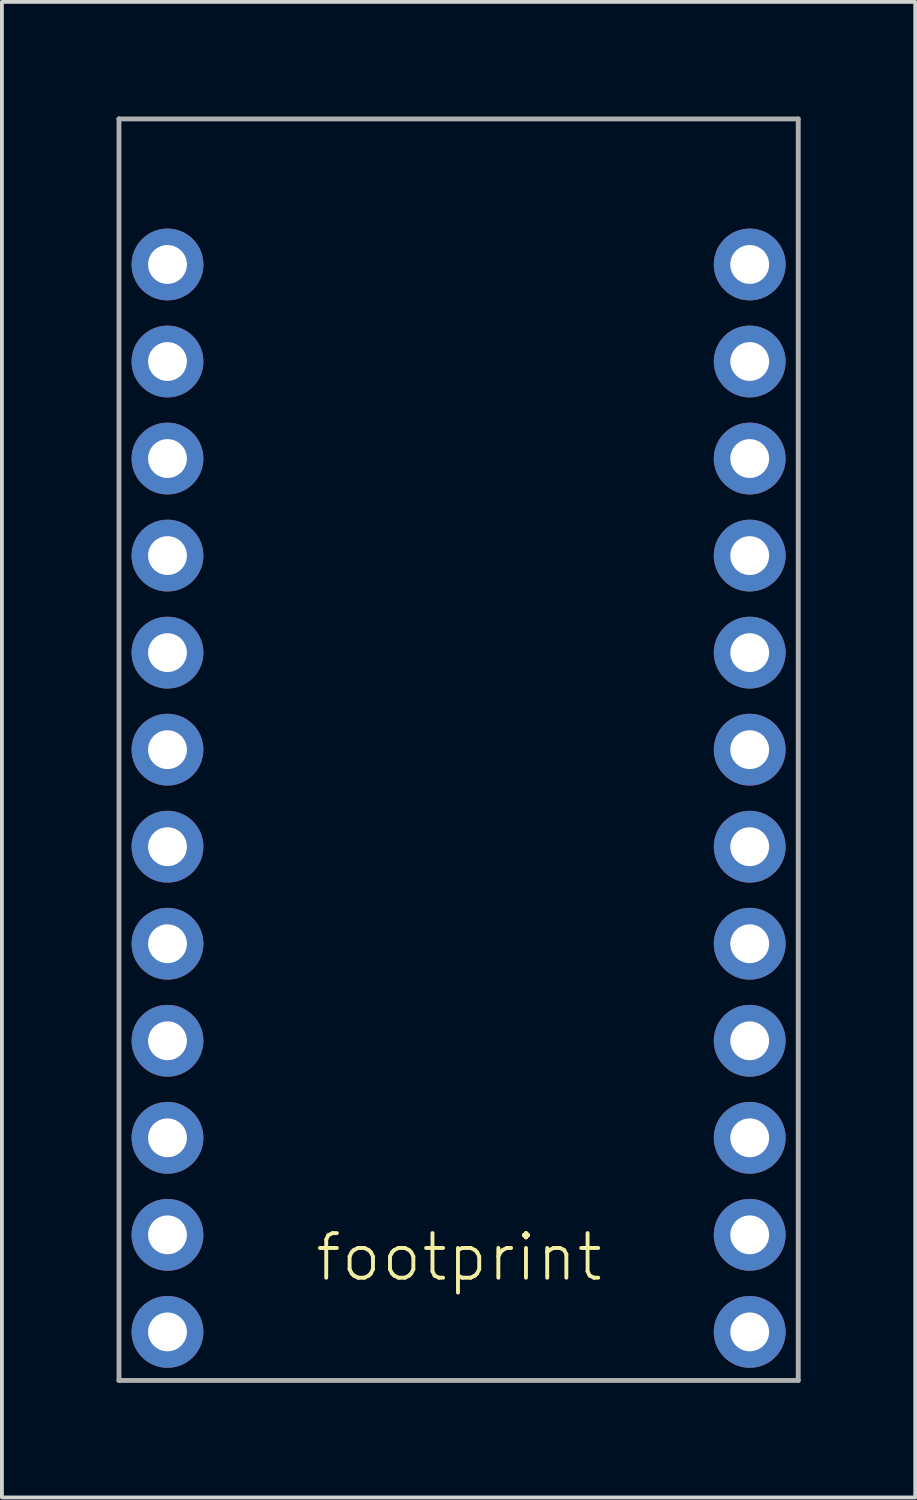
<source format=kicad_pcb>
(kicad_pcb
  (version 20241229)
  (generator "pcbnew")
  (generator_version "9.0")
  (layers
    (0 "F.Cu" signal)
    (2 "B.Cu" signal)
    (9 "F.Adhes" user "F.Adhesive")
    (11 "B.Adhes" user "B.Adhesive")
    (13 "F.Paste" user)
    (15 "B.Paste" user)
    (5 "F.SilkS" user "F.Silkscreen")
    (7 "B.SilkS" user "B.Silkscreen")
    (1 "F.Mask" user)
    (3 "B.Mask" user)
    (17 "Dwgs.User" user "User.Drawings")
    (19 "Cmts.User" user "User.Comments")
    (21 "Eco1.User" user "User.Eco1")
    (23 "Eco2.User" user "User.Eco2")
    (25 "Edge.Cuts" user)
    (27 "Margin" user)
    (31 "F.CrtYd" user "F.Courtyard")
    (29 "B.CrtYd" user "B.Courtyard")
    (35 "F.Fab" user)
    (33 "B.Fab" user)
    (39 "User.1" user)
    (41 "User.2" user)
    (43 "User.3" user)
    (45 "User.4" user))
  (footprint "footprint"
    (layer "F.Cu")
    (at 8.954 16.573)
    (property "Reference" "footprint" (at -3.81 13.97 0) (layer "F.SilkS") (effects (font (size 1.168 1.168) (thickness 0.102)) (justify left bottom)))
    (fp_line (start -8.89 -16.51) (end -8.89 16.51) (stroke (width 0.127) (type solid)) (layer "F.Fab"))
    (fp_line (start -8.89 16.51) (end 8.89 16.51) (stroke (width 0.127) (type solid)) (layer "F.Fab"))
    (fp_line (start 8.89 -16.51) (end -8.89 -16.51) (stroke (width 0.127) (type solid)) (layer "F.Fab"))
    (fp_line (start 8.89 16.51) (end 8.89 -16.51) (stroke (width 0.127) (type solid)) (layer "F.Fab"))
    (pad "1" thru_hole circle (at -7.62 -12.7) (size 1.88 1.88) (drill 1.016) (layers "*.Cu" "*.Mask"))
    (pad "2" thru_hole circle (at -7.62 -10.16) (size 1.88 1.88) (drill 1.016) (layers "*.Cu" "*.Mask"))
    (pad "3" thru_hole circle (at -7.62 -7.62) (size 1.88 1.88) (drill 1.016) (layers "*.Cu" "*.Mask"))
    (pad "4" thru_hole circle (at -7.62 -5.08) (size 1.88 1.88) (drill 1.016) (layers "*.Cu" "*.Mask"))
    (pad "5" thru_hole circle (at -7.62 -2.54) (size 1.88 1.88) (drill 1.016) (layers "*.Cu" "*.Mask"))
    (pad "6" thru_hole circle (at -7.62 0) (size 1.88 1.88) (drill 1.016) (layers "*.Cu" "*.Mask"))
    (pad "7" thru_hole circle (at -7.62 2.54) (size 1.88 1.88) (drill 1.016) (layers "*.Cu" "*.Mask"))
    (pad "8" thru_hole circle (at -7.62 5.08) (size 1.88 1.88) (drill 1.016) (layers "*.Cu" "*.Mask"))
    (pad "9" thru_hole circle (at -7.62 7.62) (size 1.88 1.88) (drill 1.016) (layers "*.Cu" "*.Mask"))
    (pad "10" thru_hole circle (at -7.62 10.16) (size 1.88 1.88) (drill 1.016) (layers "*.Cu" "*.Mask"))
    (pad "11" thru_hole circle (at -7.62 12.7) (size 1.88 1.88) (drill 1.016) (layers "*.Cu" "*.Mask"))
    (pad "12" thru_hole circle (at -7.62 15.24) (size 1.88 1.88) (drill 1.016) (layers "*.Cu" "*.Mask"))
    (pad "13" thru_hole circle (at 7.62 15.24) (size 1.88 1.88) (drill 1.016) (layers "*.Cu" "*.Mask"))
    (pad "14" thru_hole circle (at 7.62 12.7) (size 1.88 1.88) (drill 1.016) (layers "*.Cu" "*.Mask"))
    (pad "15" thru_hole circle (at 7.62 10.16) (size 1.88 1.88) (drill 1.016) (layers "*.Cu" "*.Mask"))
    (pad "16" thru_hole circle (at 7.62 7.62) (size 1.88 1.88) (drill 1.016) (layers "*.Cu" "*.Mask"))
    (pad "17" thru_hole circle (at 7.62 5.08) (size 1.88 1.88) (drill 1.016) (layers "*.Cu" "*.Mask"))
    (pad "18" thru_hole circle (at 7.62 2.54) (size 1.88 1.88) (drill 1.016) (layers "*.Cu" "*.Mask"))
    (pad "19" thru_hole circle (at 7.62 0) (size 1.88 1.88) (drill 1.016) (layers "*.Cu" "*.Mask"))
    (pad "20" thru_hole circle (at 7.62 -2.54) (size 1.88 1.88) (drill 1.016) (layers "*.Cu" "*.Mask"))
    (pad "21" thru_hole circle (at 7.62 -5.08) (size 1.88 1.88) (drill 1.016) (layers "*.Cu" "*.Mask"))
    (pad "22" thru_hole circle (at 7.62 -7.62) (size 1.88 1.88) (drill 1.016) (layers "*.Cu" "*.Mask"))
    (pad "23" thru_hole circle (at 7.62 -10.16) (size 1.88 1.88) (drill 1.016) (layers "*.Cu" "*.Mask"))
    (pad "24" thru_hole circle (at 7.62 -12.7) (size 1.88 1.88) (drill 1.016) (layers "*.Cu" "*.Mask")))
  (gr_rect
    (start -3 -3)
    (end 20.907 36.147)
    (stroke (width 0.1) (type default))
    (fill no)
    (layer "Edge.Cuts")))
</source>
